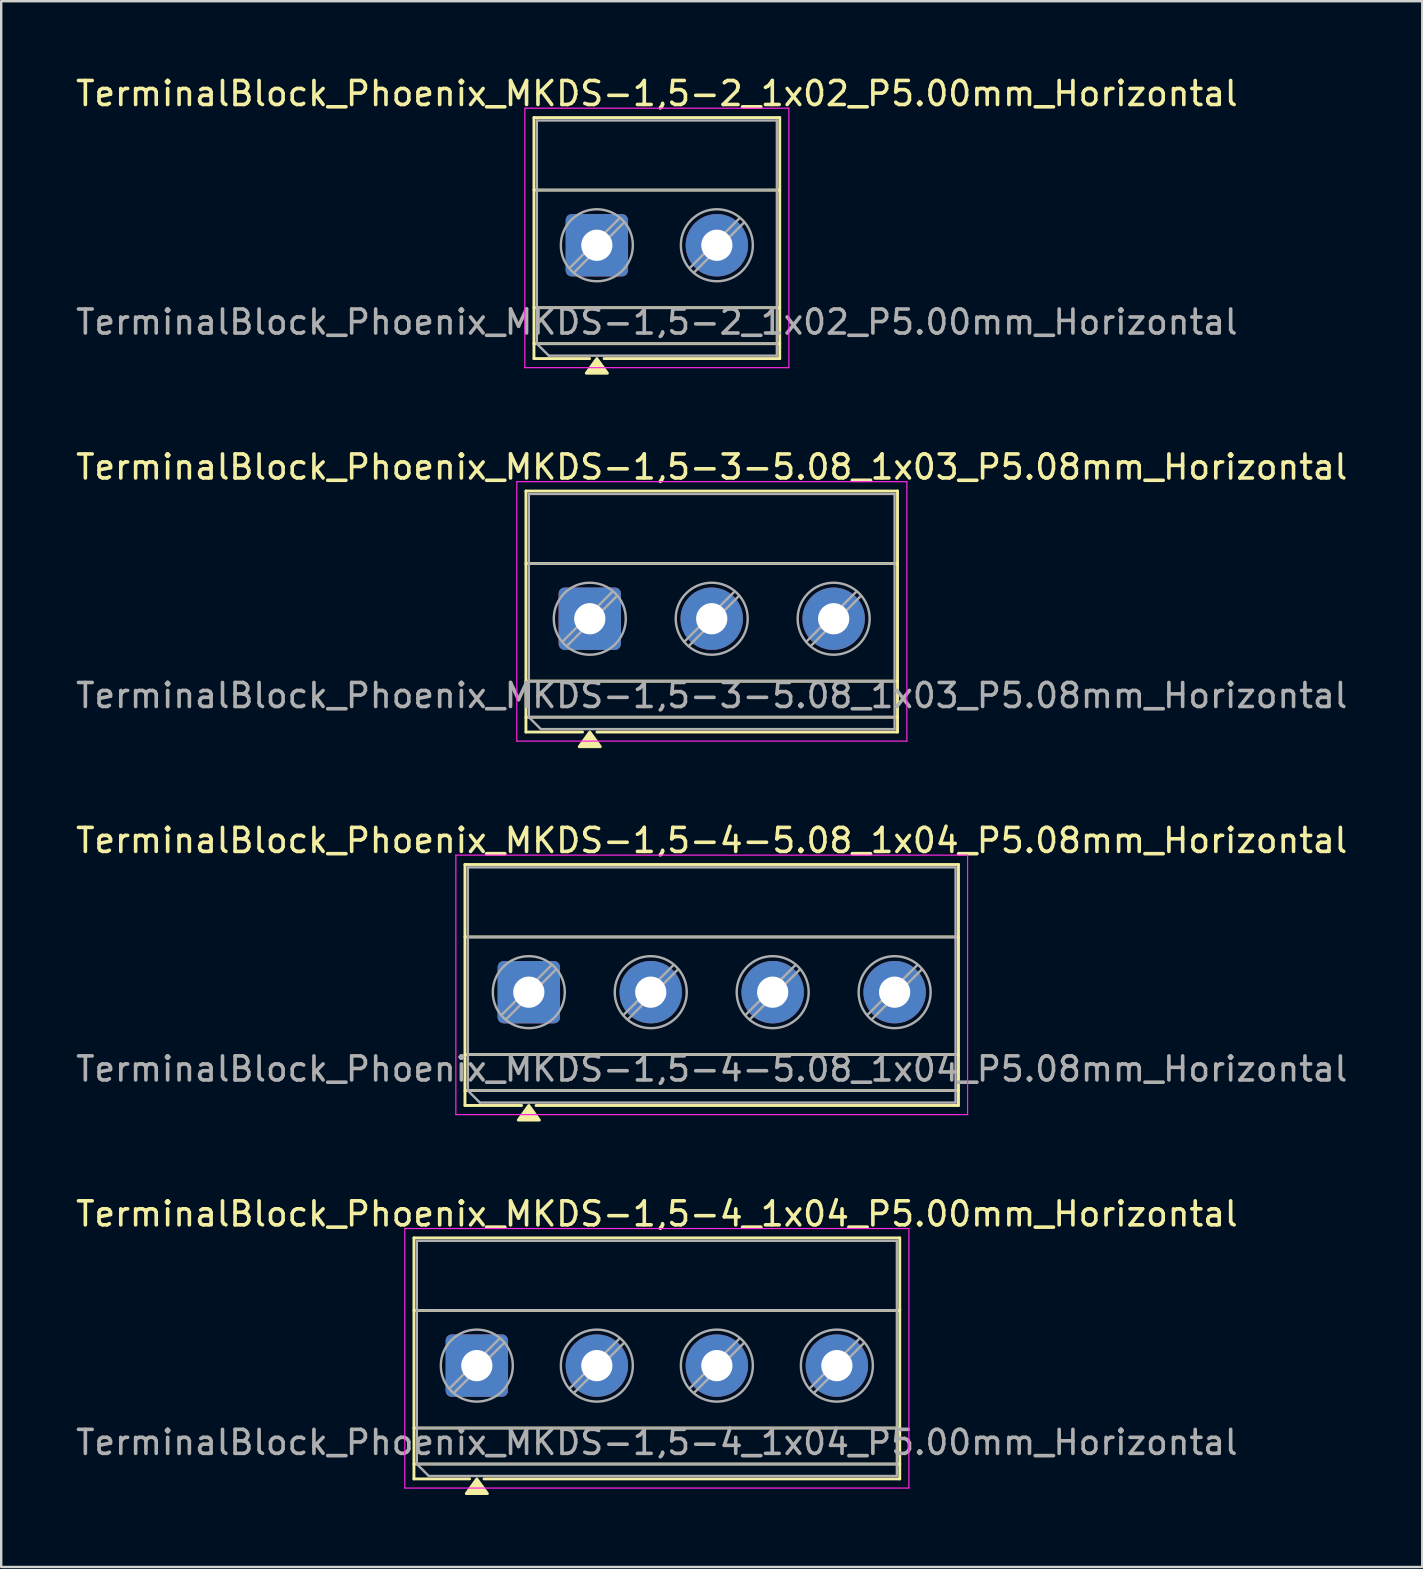
<source format=kicad_pcb>
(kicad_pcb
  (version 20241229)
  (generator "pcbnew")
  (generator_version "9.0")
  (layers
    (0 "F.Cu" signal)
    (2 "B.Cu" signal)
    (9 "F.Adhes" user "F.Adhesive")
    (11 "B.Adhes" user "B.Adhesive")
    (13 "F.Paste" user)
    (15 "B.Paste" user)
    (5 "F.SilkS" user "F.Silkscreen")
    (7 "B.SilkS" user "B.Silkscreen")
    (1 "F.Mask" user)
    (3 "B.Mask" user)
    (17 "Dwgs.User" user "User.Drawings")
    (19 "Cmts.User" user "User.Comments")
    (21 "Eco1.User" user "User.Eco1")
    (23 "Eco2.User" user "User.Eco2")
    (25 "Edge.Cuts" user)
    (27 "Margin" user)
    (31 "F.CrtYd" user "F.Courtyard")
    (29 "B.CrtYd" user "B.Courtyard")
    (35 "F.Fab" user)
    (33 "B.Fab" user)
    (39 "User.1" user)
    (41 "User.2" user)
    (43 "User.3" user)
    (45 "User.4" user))
  (footprint "TerminalBlock_Phoenix_MKDS-1,5-4_1x04_P5.00mm_Horizontal"
    (layer "F.Cu")
    (at 16.815 53.843)
    (property "Reference" "TerminalBlock_Phoenix_MKDS-1,5-4_1x04_P5.00mm_Horizontal" (at 7.5 -6.32 0) (layer "F.SilkS") (effects (font (size 1 1) (thickness 0.15))))
    (attr through_hole)
    (fp_line (start -2.62 -5.32) (end -2.62 4.72) (stroke (width 0.12) (type solid)) (layer "F.SilkS"))
    (fp_line (start -2.62 -5.32) (end 17.62 -5.32) (stroke (width 0.12) (type solid)) (layer "F.SilkS"))
    (fp_line (start -2.62 -2.3) (end 17.62 -2.3) (stroke (width 0.12) (type solid)) (layer "F.SilkS"))
    (fp_line (start -2.62 2.6) (end 17.62 2.6) (stroke (width 0.12) (type solid)) (layer "F.SilkS"))
    (fp_line (start -2.62 4.1) (end 17.62 4.1) (stroke (width 0.12) (type solid)) (layer "F.SilkS"))
    (fp_line (start -2.62 4.72) (end -0.3 4.72) (stroke (width 0.12) (type solid)) (layer "F.SilkS"))
    (fp_line (start 0.3 4.72) (end 17.62 4.72) (stroke (width 0.12) (type solid)) (layer "F.SilkS"))
    (fp_line (start 17.62 -5.32) (end 17.62 4.72) (stroke (width 0.12) (type solid)) (layer "F.SilkS"))
    (fp_poly (pts (xy 0 4.72) (xy 0.44 5.33) (xy -0.44 5.33)) (stroke (width 0.12) (type solid)) (fill yes) (layer "F.SilkS"))
    (fp_line (start -3 -5.71) (end -3 5.1) (stroke (width 0.05) (type solid)) (layer "F.CrtYd"))
    (fp_line (start -3 5.1) (end 18 5.1) (stroke (width 0.05) (type solid)) (layer "F.CrtYd"))
    (fp_line (start 18 -5.71) (end -3 -5.71) (stroke (width 0.05) (type solid)) (layer "F.CrtYd"))
    (fp_line (start 18 5.1) (end 18 -5.71) (stroke (width 0.05) (type solid)) (layer "F.CrtYd"))
    (fp_line (start -2.5 -5.2) (end 17.5 -5.2) (stroke (width 0.1) (type solid)) (layer "F.Fab"))
    (fp_line (start -2.5 -2.3) (end 17.5 -2.3) (stroke (width 0.1) (type solid)) (layer "F.Fab"))
    (fp_line (start -2.5 2.6) (end 17.5 2.6) (stroke (width 0.1) (type solid)) (layer "F.Fab"))
    (fp_line (start -2.5 4.1) (end -2.5 -5.2) (stroke (width 0.1) (type solid)) (layer "F.Fab"))
    (fp_line (start -2.5 4.1) (end 17.5 4.1) (stroke (width 0.1) (type solid)) (layer "F.Fab"))
    (fp_line (start -2 4.6) (end -2.5 4.1) (stroke (width 0.1) (type solid)) (layer "F.Fab"))
    (fp_line (start 0.955 -1.138) (end -1.138 0.954) (stroke (width 0.1) (type solid)) (layer "F.Fab"))
    (fp_line (start 1.138 -0.954) (end -0.955 1.137) (stroke (width 0.1) (type solid)) (layer "F.Fab"))
    (fp_line (start 5.955 -1.138) (end 3.862 0.954) (stroke (width 0.1) (type solid)) (layer "F.Fab"))
    (fp_line (start 6.138 -0.954) (end 4.045 1.137) (stroke (width 0.1) (type solid)) (layer "F.Fab"))
    (fp_line (start 10.955 -1.138) (end 8.862 0.954) (stroke (width 0.1) (type solid)) (layer "F.Fab"))
    (fp_line (start 11.138 -0.954) (end 9.045 1.137) (stroke (width 0.1) (type solid)) (layer "F.Fab"))
    (fp_line (start 15.955 -1.138) (end 13.862 0.954) (stroke (width 0.1) (type solid)) (layer "F.Fab"))
    (fp_line (start 16.138 -0.954) (end 14.045 1.137) (stroke (width 0.1) (type solid)) (layer "F.Fab"))
    (fp_line (start 17.5 -5.2) (end 17.5 4.6) (stroke (width 0.1) (type solid)) (layer "F.Fab"))
    (fp_line (start 17.5 4.6) (end -2 4.6) (stroke (width 0.1) (type solid)) (layer "F.Fab"))
    (fp_circle (center 0 0) (end 1.5 0) (stroke (width 0.1) (type solid)) (fill no) (layer "F.Fab"))
    (fp_circle (center 5 0) (end 6.5 0) (stroke (width 0.1) (type solid)) (fill no) (layer "F.Fab"))
    (fp_circle (center 10 0) (end 11.5 0) (stroke (width 0.1) (type solid)) (fill no) (layer "F.Fab"))
    (fp_circle (center 15 0) (end 16.5 0) (stroke (width 0.1) (type solid)) (fill no) (layer "F.Fab"))
    (fp_text user "${REFERENCE}" (at 7.5 3.2 0) (layer "F.Fab") (effects (font (size 1 1) (thickness 0.15))))
    (pad "1" thru_hole roundrect (at 0 0) (size 2.6 2.6) (drill 1.3) (layers "*.Cu" "*.Mask") (roundrect_rratio 0.096))
    (pad "2" thru_hole circle (at 5 0) (size 2.6 2.6) (drill 1.3) (layers "*.Cu" "*.Mask"))
    (pad "3" thru_hole circle (at 10 0) (size 2.6 2.6) (drill 1.3) (layers "*.Cu" "*.Mask"))
    (pad "4" thru_hole circle (at 15 0) (size 2.6 2.6) (drill 1.3) (layers "*.Cu" "*.Mask")))
  (footprint "TerminalBlock_Phoenix_MKDS-1,5-2_1x02_P5.00mm_Horizontal"
    (layer "F.Cu")
    (at 21.815 7.168)
    (property "Reference" "TerminalBlock_Phoenix_MKDS-1,5-2_1x02_P5.00mm_Horizontal" (at 2.5 -6.32 0) (layer "F.SilkS") (effects (font (size 1 1) (thickness 0.15))))
    (attr through_hole)
    (fp_line (start -2.62 -5.32) (end -2.62 4.72) (stroke (width 0.12) (type solid)) (layer "F.SilkS"))
    (fp_line (start -2.62 -5.32) (end 7.62 -5.32) (stroke (width 0.12) (type solid)) (layer "F.SilkS"))
    (fp_line (start -2.62 -2.3) (end 7.62 -2.3) (stroke (width 0.12) (type solid)) (layer "F.SilkS"))
    (fp_line (start -2.62 2.6) (end 7.62 2.6) (stroke (width 0.12) (type solid)) (layer "F.SilkS"))
    (fp_line (start -2.62 4.1) (end 7.62 4.1) (stroke (width 0.12) (type solid)) (layer "F.SilkS"))
    (fp_line (start -2.62 4.72) (end -0.3 4.72) (stroke (width 0.12) (type solid)) (layer "F.SilkS"))
    (fp_line (start 0.3 4.72) (end 7.62 4.72) (stroke (width 0.12) (type solid)) (layer "F.SilkS"))
    (fp_line (start 7.62 -5.32) (end 7.62 4.72) (stroke (width 0.12) (type solid)) (layer "F.SilkS"))
    (fp_poly (pts (xy 0 4.72) (xy 0.44 5.33) (xy -0.44 5.33)) (stroke (width 0.12) (type solid)) (fill yes) (layer "F.SilkS"))
    (fp_line (start -3 -5.71) (end -3 5.1) (stroke (width 0.05) (type solid)) (layer "F.CrtYd"))
    (fp_line (start -3 5.1) (end 8 5.1) (stroke (width 0.05) (type solid)) (layer "F.CrtYd"))
    (fp_line (start 8 -5.71) (end -3 -5.71) (stroke (width 0.05) (type solid)) (layer "F.CrtYd"))
    (fp_line (start 8 5.1) (end 8 -5.71) (stroke (width 0.05) (type solid)) (layer "F.CrtYd"))
    (fp_line (start -2.5 -5.2) (end 7.5 -5.2) (stroke (width 0.1) (type solid)) (layer "F.Fab"))
    (fp_line (start -2.5 -2.3) (end 7.5 -2.3) (stroke (width 0.1) (type solid)) (layer "F.Fab"))
    (fp_line (start -2.5 2.6) (end 7.5 2.6) (stroke (width 0.1) (type solid)) (layer "F.Fab"))
    (fp_line (start -2.5 4.1) (end -2.5 -5.2) (stroke (width 0.1) (type solid)) (layer "F.Fab"))
    (fp_line (start -2.5 4.1) (end 7.5 4.1) (stroke (width 0.1) (type solid)) (layer "F.Fab"))
    (fp_line (start -2 4.6) (end -2.5 4.1) (stroke (width 0.1) (type solid)) (layer "F.Fab"))
    (fp_line (start 0.955 -1.138) (end -1.138 0.954) (stroke (width 0.1) (type solid)) (layer "F.Fab"))
    (fp_line (start 1.138 -0.954) (end -0.955 1.137) (stroke (width 0.1) (type solid)) (layer "F.Fab"))
    (fp_line (start 5.955 -1.138) (end 3.862 0.954) (stroke (width 0.1) (type solid)) (layer "F.Fab"))
    (fp_line (start 6.138 -0.954) (end 4.045 1.137) (stroke (width 0.1) (type solid)) (layer "F.Fab"))
    (fp_line (start 7.5 -5.2) (end 7.5 4.6) (stroke (width 0.1) (type solid)) (layer "F.Fab"))
    (fp_line (start 7.5 4.6) (end -2 4.6) (stroke (width 0.1) (type solid)) (layer "F.Fab"))
    (fp_circle (center 0 0) (end 1.5 0) (stroke (width 0.1) (type solid)) (fill no) (layer "F.Fab"))
    (fp_circle (center 5 0) (end 6.5 0) (stroke (width 0.1) (type solid)) (fill no) (layer "F.Fab"))
    (fp_text user "${REFERENCE}" (at 2.5 3.2 0) (layer "F.Fab") (effects (font (size 1 1) (thickness 0.15))))
    (pad "1" thru_hole roundrect (at 0 0) (size 2.6 2.6) (drill 1.3) (layers "*.Cu" "*.Mask") (roundrect_rratio 0.096))
    (pad "2" thru_hole circle (at 5 0) (size 2.6 2.6) (drill 1.3) (layers "*.Cu" "*.Mask")))
  (footprint "TerminalBlock_Phoenix_MKDS-1,5-3-5.08_1x03_P5.08mm_Horizontal"
    (layer "F.Cu")
    (at 21.521 22.727)
    (property "Reference" "TerminalBlock_Phoenix_MKDS-1,5-3-5.08_1x03_P5.08mm_Horizontal" (at 5.08 -6.32 0) (layer "F.SilkS") (effects (font (size 1 1) (thickness 0.15))))
    (attr through_hole)
    (fp_line (start -2.66 -5.32) (end -2.66 4.72) (stroke (width 0.12) (type solid)) (layer "F.SilkS"))
    (fp_line (start -2.66 -5.32) (end 12.82 -5.32) (stroke (width 0.12) (type solid)) (layer "F.SilkS"))
    (fp_line (start -2.66 -2.3) (end 12.82 -2.3) (stroke (width 0.12) (type solid)) (layer "F.SilkS"))
    (fp_line (start -2.66 2.6) (end 12.82 2.6) (stroke (width 0.12) (type solid)) (layer "F.SilkS"))
    (fp_line (start -2.66 4.1) (end 12.82 4.1) (stroke (width 0.12) (type solid)) (layer "F.SilkS"))
    (fp_line (start -2.66 4.72) (end -0.3 4.72) (stroke (width 0.12) (type solid)) (layer "F.SilkS"))
    (fp_line (start 0.3 4.72) (end 12.82 4.72) (stroke (width 0.12) (type solid)) (layer "F.SilkS"))
    (fp_line (start 12.82 -5.32) (end 12.82 4.72) (stroke (width 0.12) (type solid)) (layer "F.SilkS"))
    (fp_poly (pts (xy 0 4.72) (xy 0.44 5.33) (xy -0.44 5.33)) (stroke (width 0.12) (type solid)) (fill yes) (layer "F.SilkS"))
    (fp_line (start -3.04 -5.71) (end -3.04 5.1) (stroke (width 0.05) (type solid)) (layer "F.CrtYd"))
    (fp_line (start -3.04 5.1) (end 13.21 5.1) (stroke (width 0.05) (type solid)) (layer "F.CrtYd"))
    (fp_line (start 13.21 -5.71) (end -3.04 -5.71) (stroke (width 0.05) (type solid)) (layer "F.CrtYd"))
    (fp_line (start 13.21 5.1) (end 13.21 -5.71) (stroke (width 0.05) (type solid)) (layer "F.CrtYd"))
    (fp_line (start -2.54 -5.2) (end 12.7 -5.2) (stroke (width 0.1) (type solid)) (layer "F.Fab"))
    (fp_line (start -2.54 -2.3) (end 12.7 -2.3) (stroke (width 0.1) (type solid)) (layer "F.Fab"))
    (fp_line (start -2.54 2.6) (end 12.7 2.6) (stroke (width 0.1) (type solid)) (layer "F.Fab"))
    (fp_line (start -2.54 4.1) (end -2.54 -5.2) (stroke (width 0.1) (type solid)) (layer "F.Fab"))
    (fp_line (start -2.54 4.1) (end 12.7 4.1) (stroke (width 0.1) (type solid)) (layer "F.Fab"))
    (fp_line (start -2.04 4.6) (end -2.54 4.1) (stroke (width 0.1) (type solid)) (layer "F.Fab"))
    (fp_line (start 0.955 -1.138) (end -1.138 0.954) (stroke (width 0.1) (type solid)) (layer "F.Fab"))
    (fp_line (start 1.138 -0.954) (end -0.955 1.137) (stroke (width 0.1) (type solid)) (layer "F.Fab"))
    (fp_line (start 6.035 -1.138) (end 3.942 0.954) (stroke (width 0.1) (type solid)) (layer "F.Fab"))
    (fp_line (start 6.218 -0.954) (end 4.125 1.137) (stroke (width 0.1) (type solid)) (layer "F.Fab"))
    (fp_line (start 11.115 -1.138) (end 9.022 0.954) (stroke (width 0.1) (type solid)) (layer "F.Fab"))
    (fp_line (start 11.298 -0.954) (end 9.205 1.137) (stroke (width 0.1) (type solid)) (layer "F.Fab"))
    (fp_line (start 12.7 -5.2) (end 12.7 4.6) (stroke (width 0.1) (type solid)) (layer "F.Fab"))
    (fp_line (start 12.7 4.6) (end -2.04 4.6) (stroke (width 0.1) (type solid)) (layer "F.Fab"))
    (fp_circle (center 0 0) (end 1.5 0) (stroke (width 0.1) (type solid)) (fill no) (layer "F.Fab"))
    (fp_circle (center 5.08 0) (end 6.58 0) (stroke (width 0.1) (type solid)) (fill no) (layer "F.Fab"))
    (fp_circle (center 10.16 0) (end 11.66 0) (stroke (width 0.1) (type solid)) (fill no) (layer "F.Fab"))
    (fp_text user "${REFERENCE}" (at 5.08 3.2 0) (layer "F.Fab") (effects (font (size 1 1) (thickness 0.15))))
    (pad "1" thru_hole roundrect (at 0 0) (size 2.6 2.6) (drill 1.3) (layers "*.Cu" "*.Mask") (roundrect_rratio 0.096))
    (pad "2" thru_hole circle (at 5.08 0) (size 2.6 2.6) (drill 1.3) (layers "*.Cu" "*.Mask"))
    (pad "3" thru_hole circle (at 10.16 0) (size 2.6 2.6) (drill 1.3) (layers "*.Cu" "*.Mask")))
  (footprint "TerminalBlock_Phoenix_MKDS-1,5-4-5.08_1x04_P5.08mm_Horizontal"
    (layer "F.Cu")
    (at 18.981 38.285)
    (property "Reference" "TerminalBlock_Phoenix_MKDS-1,5-4-5.08_1x04_P5.08mm_Horizontal" (at 7.62 -6.32 0) (layer "F.SilkS") (effects (font (size 1 1) (thickness 0.15))))
    (attr through_hole)
    (fp_line (start -2.66 -5.32) (end -2.66 4.72) (stroke (width 0.12) (type solid)) (layer "F.SilkS"))
    (fp_line (start -2.66 -5.32) (end 17.9 -5.32) (stroke (width 0.12) (type solid)) (layer "F.SilkS"))
    (fp_line (start -2.66 -2.3) (end 17.9 -2.3) (stroke (width 0.12) (type solid)) (layer "F.SilkS"))
    (fp_line (start -2.66 2.6) (end 17.9 2.6) (stroke (width 0.12) (type solid)) (layer "F.SilkS"))
    (fp_line (start -2.66 4.1) (end 17.9 4.1) (stroke (width 0.12) (type solid)) (layer "F.SilkS"))
    (fp_line (start -2.66 4.72) (end -0.3 4.72) (stroke (width 0.12) (type solid)) (layer "F.SilkS"))
    (fp_line (start 0.3 4.72) (end 17.9 4.72) (stroke (width 0.12) (type solid)) (layer "F.SilkS"))
    (fp_line (start 17.9 -5.32) (end 17.9 4.72) (stroke (width 0.12) (type solid)) (layer "F.SilkS"))
    (fp_poly (pts (xy 0 4.72) (xy 0.44 5.33) (xy -0.44 5.33)) (stroke (width 0.12) (type solid)) (fill yes) (layer "F.SilkS"))
    (fp_line (start -3.04 -5.71) (end -3.04 5.1) (stroke (width 0.05) (type solid)) (layer "F.CrtYd"))
    (fp_line (start -3.04 5.1) (end 18.28 5.1) (stroke (width 0.05) (type solid)) (layer "F.CrtYd"))
    (fp_line (start 18.28 -5.71) (end -3.04 -5.71) (stroke (width 0.05) (type solid)) (layer "F.CrtYd"))
    (fp_line (start 18.28 5.1) (end 18.28 -5.71) (stroke (width 0.05) (type solid)) (layer "F.CrtYd"))
    (fp_line (start -2.54 -5.2) (end 17.78 -5.2) (stroke (width 0.1) (type solid)) (layer "F.Fab"))
    (fp_line (start -2.54 -2.3) (end 17.78 -2.3) (stroke (width 0.1) (type solid)) (layer "F.Fab"))
    (fp_line (start -2.54 2.6) (end 17.78 2.6) (stroke (width 0.1) (type solid)) (layer "F.Fab"))
    (fp_line (start -2.54 4.1) (end -2.54 -5.2) (stroke (width 0.1) (type solid)) (layer "F.Fab"))
    (fp_line (start -2.54 4.1) (end 17.78 4.1) (stroke (width 0.1) (type solid)) (layer "F.Fab"))
    (fp_line (start -2.04 4.6) (end -2.54 4.1) (stroke (width 0.1) (type solid)) (layer "F.Fab"))
    (fp_line (start 0.955 -1.138) (end -1.138 0.954) (stroke (width 0.1) (type solid)) (layer "F.Fab"))
    (fp_line (start 1.138 -0.954) (end -0.955 1.137) (stroke (width 0.1) (type solid)) (layer "F.Fab"))
    (fp_line (start 6.035 -1.138) (end 3.942 0.954) (stroke (width 0.1) (type solid)) (layer "F.Fab"))
    (fp_line (start 6.218 -0.954) (end 4.125 1.137) (stroke (width 0.1) (type solid)) (layer "F.Fab"))
    (fp_line (start 11.115 -1.138) (end 9.022 0.954) (stroke (width 0.1) (type solid)) (layer "F.Fab"))
    (fp_line (start 11.298 -0.954) (end 9.205 1.137) (stroke (width 0.1) (type solid)) (layer "F.Fab"))
    (fp_line (start 16.195 -1.138) (end 14.102 0.954) (stroke (width 0.1) (type solid)) (layer "F.Fab"))
    (fp_line (start 16.378 -0.954) (end 14.285 1.137) (stroke (width 0.1) (type solid)) (layer "F.Fab"))
    (fp_line (start 17.78 -5.2) (end 17.78 4.6) (stroke (width 0.1) (type solid)) (layer "F.Fab"))
    (fp_line (start 17.78 4.6) (end -2.04 4.6) (stroke (width 0.1) (type solid)) (layer "F.Fab"))
    (fp_circle (center 0 0) (end 1.5 0) (stroke (width 0.1) (type solid)) (fill no) (layer "F.Fab"))
    (fp_circle (center 5.08 0) (end 6.58 0) (stroke (width 0.1) (type solid)) (fill no) (layer "F.Fab"))
    (fp_circle (center 10.16 0) (end 11.66 0) (stroke (width 0.1) (type solid)) (fill no) (layer "F.Fab"))
    (fp_circle (center 15.24 0) (end 16.74 0) (stroke (width 0.1) (type solid)) (fill no) (layer "F.Fab"))
    (fp_text user "${REFERENCE}" (at 7.62 3.2 0) (layer "F.Fab") (effects (font (size 1 1) (thickness 0.15))))
    (pad "1" thru_hole roundrect (at 0 0) (size 2.6 2.6) (drill 1.3) (layers "*.Cu" "*.Mask") (roundrect_rratio 0.096))
    (pad "2" thru_hole circle (at 5.08 0) (size 2.6 2.6) (drill 1.3) (layers "*.Cu" "*.Mask"))
    (pad "3" thru_hole circle (at 10.16 0) (size 2.6 2.6) (drill 1.3) (layers "*.Cu" "*.Mask"))
    (pad "4" thru_hole circle (at 15.24 0) (size 2.6 2.6) (drill 1.3) (layers "*.Cu" "*.Mask")))
  (gr_rect
    (start -3 -3)
    (end 56.202 62.233)
    (stroke (width 0.1) (type default))
    (fill no)
    (layer "Edge.Cuts")))
</source>
